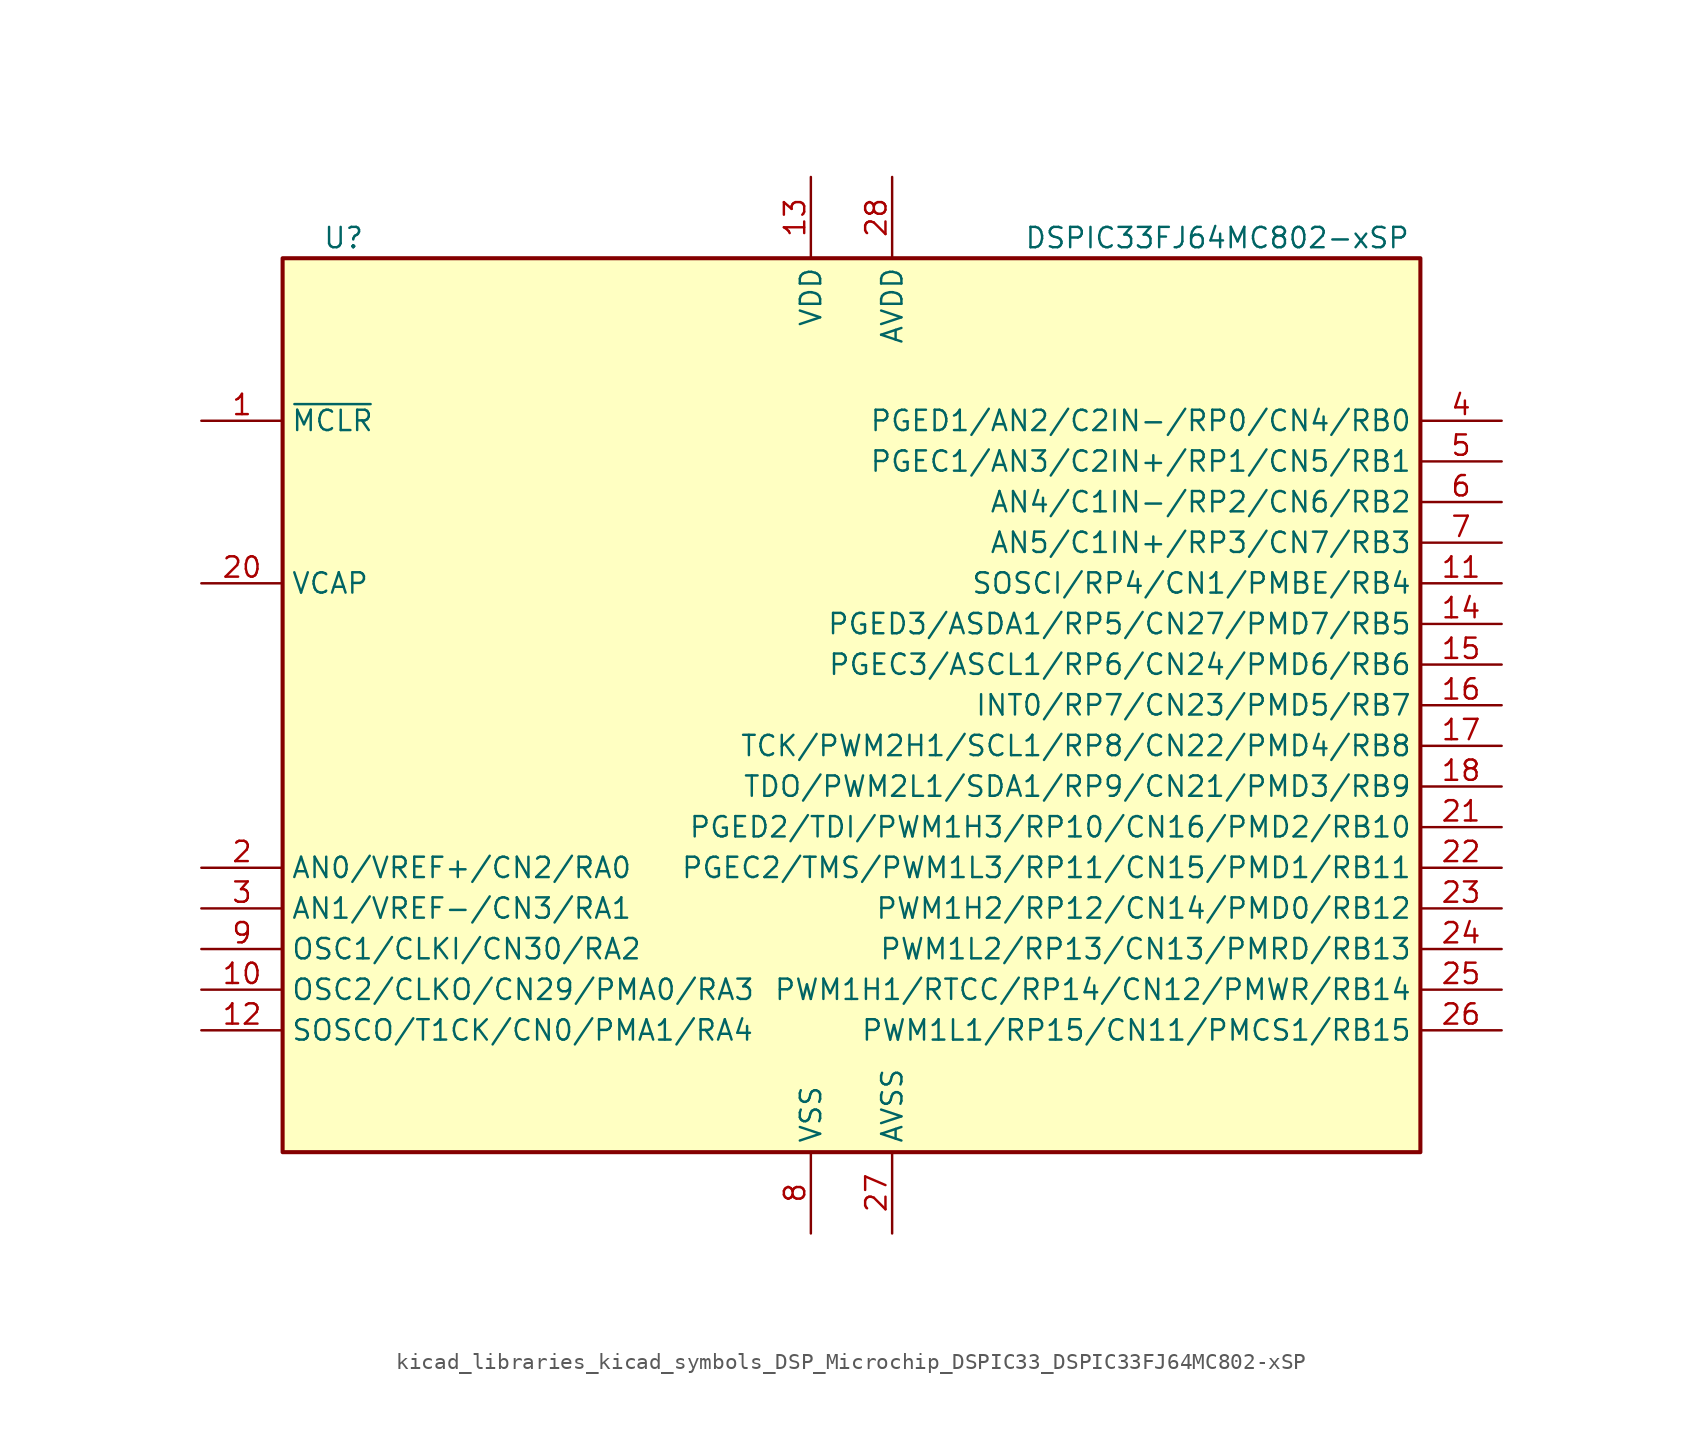
<source format=kicad_sym>
(kicad_symbol_lib
  (version 20220914)
  (generator kicad_symbol_editor)
  (symbol "kicad_libraries_kicad_symbols_DSP_Microchip_DSPIC33_DSPIC33FJ64MC802-xSP"
    (property "Reference" "U"
      (at -31.75 29.21 0)
      (effects (font (size 1.27 1.27))))
    (property "Value" "DSPIC33FJ64MC802-xSP"
      (at 22.86 29.21 0)
      (effects (font (size 1.27 1.27))))
    (symbol "kicad_libraries_kicad_symbols_DSP_Microchip_DSPIC33_DSPIC33FJ64MC802-xSP_0_1"
      (rectangle (start -35.56 27.94) (end 35.56 -27.94) (stroke (width 0.254) (type default)) (fill (type background))))
    (symbol "kicad_libraries_kicad_symbols_DSP_Microchip_DSPIC33_DSPIC33FJ64MC802-xSP_1_1"
      (pin input line (at -40.64 17.78 0) (length 5.08) (name "~{MCLR}" (effects (font (size 1.27 1.27)))) (number "1" (effects (font (size 1.27 1.27)))))
      (pin bidirectional line (at -40.64 -17.78 0) (length 5.08) (name "OSC2/CLKO/CN29/PMA0/RA3" (effects (font (size 1.27 1.27)))) (number "10" (effects (font (size 1.27 1.27)))))
      (pin bidirectional line (at 40.64 7.62 180) (length 5.08) (name "SOSCI/RP4/CN1/PMBE/RB4" (effects (font (size 1.27 1.27)))) (number "11" (effects (font (size 1.27 1.27)))))
      (pin bidirectional line (at -40.64 -20.32 0) (length 5.08) (name "SOSCO/T1CK/CN0/PMA1/RA4" (effects (font (size 1.27 1.27)))) (number "12" (effects (font (size 1.27 1.27)))))
      (pin power_in line (at -2.54 33.02 270) (length 5.08) (name "VDD" (effects (font (size 1.27 1.27)))) (number "13" (effects (font (size 1.27 1.27)))))
      (pin bidirectional line (at 40.64 5.08 180) (length 5.08) (name "PGED3/ASDA1/RP5/CN27/PMD7/RB5" (effects (font (size 1.27 1.27)))) (number "14" (effects (font (size 1.27 1.27)))))
      (pin bidirectional line (at 40.64 2.54 180) (length 5.08) (name "PGEC3/ASCL1/RP6/CN24/PMD6/RB6" (effects (font (size 1.27 1.27)))) (number "15" (effects (font (size 1.27 1.27)))))
      (pin bidirectional line (at 40.64 0 180) (length 5.08) (name "INT0/RP7/CN23/PMD5/RB7" (effects (font (size 1.27 1.27)))) (number "16" (effects (font (size 1.27 1.27)))))
      (pin bidirectional line (at 40.64 -2.54 180) (length 5.08) (name "TCK/PWM2H1/SCL1/RP8/CN22/PMD4/RB8" (effects (font (size 1.27 1.27)))) (number "17" (effects (font (size 1.27 1.27)))))
      (pin bidirectional line (at 40.64 -5.08 180) (length 5.08) (name "TDO/PWM2L1/SDA1/RP9/CN21/PMD3/RB9" (effects (font (size 1.27 1.27)))) (number "18" (effects (font (size 1.27 1.27)))))
      (pin passive line (at -2.54 -33.02 90) (length 5.08) hide (name "VSS" (effects (font (size 1.27 1.27)))) (number "19" (effects (font (size 1.27 1.27)))))
      (pin bidirectional line (at -40.64 -10.16 0) (length 5.08) (name "AN0/VREF+/CN2/RA0" (effects (font (size 1.27 1.27)))) (number "2" (effects (font (size 1.27 1.27)))))
      (pin passive line (at -40.64 7.62 0) (length 5.08) (name "VCAP" (effects (font (size 1.27 1.27)))) (number "20" (effects (font (size 1.27 1.27)))))
      (pin bidirectional line (at 40.64 -7.62 180) (length 5.08) (name "PGED2/TDI/PWM1H3/RP10/CN16/PMD2/RB10" (effects (font (size 1.27 1.27)))) (number "21" (effects (font (size 1.27 1.27)))))
      (pin bidirectional line (at 40.64 -10.16 180) (length 5.08) (name "PGEC2/TMS/PWM1L3/RP11/CN15/PMD1/RB11" (effects (font (size 1.27 1.27)))) (number "22" (effects (font (size 1.27 1.27)))))
      (pin bidirectional line (at 40.64 -12.7 180) (length 5.08) (name "PWM1H2/RP12/CN14/PMD0/RB12" (effects (font (size 1.27 1.27)))) (number "23" (effects (font (size 1.27 1.27)))))
      (pin bidirectional line (at 40.64 -15.24 180) (length 5.08) (name "PWM1L2/RP13/CN13/PMRD/RB13" (effects (font (size 1.27 1.27)))) (number "24" (effects (font (size 1.27 1.27)))))
      (pin bidirectional line (at 40.64 -17.78 180) (length 5.08) (name "PWM1H1/RTCC/RP14/CN12/PMWR/RB14" (effects (font (size 1.27 1.27)))) (number "25" (effects (font (size 1.27 1.27)))))
      (pin bidirectional line (at 40.64 -20.32 180) (length 5.08) (name "PWM1L1/RP15/CN11/PMCS1/RB15" (effects (font (size 1.27 1.27)))) (number "26" (effects (font (size 1.27 1.27)))))
      (pin power_in line (at 2.54 -33.02 90) (length 5.08) (name "AVSS" (effects (font (size 1.27 1.27)))) (number "27" (effects (font (size 1.27 1.27)))))
      (pin power_in line (at 2.54 33.02 270) (length 5.08) (name "AVDD" (effects (font (size 1.27 1.27)))) (number "28" (effects (font (size 1.27 1.27)))))
      (pin bidirectional line (at -40.64 -12.7 0) (length 5.08) (name "AN1/VREF-/CN3/RA1" (effects (font (size 1.27 1.27)))) (number "3" (effects (font (size 1.27 1.27)))))
      (pin bidirectional line (at 40.64 17.78 180) (length 5.08) (name "PGED1/AN2/C2IN-/RP0/CN4/RB0" (effects (font (size 1.27 1.27)))) (number "4" (effects (font (size 1.27 1.27)))))
      (pin bidirectional line (at 40.64 15.24 180) (length 5.08) (name "PGEC1/AN3/C2IN+/RP1/CN5/RB1" (effects (font (size 1.27 1.27)))) (number "5" (effects (font (size 1.27 1.27)))))
      (pin bidirectional line (at 40.64 12.7 180) (length 5.08) (name "AN4/C1IN-/RP2/CN6/RB2" (effects (font (size 1.27 1.27)))) (number "6" (effects (font (size 1.27 1.27)))))
      (pin bidirectional line (at 40.64 10.16 180) (length 5.08) (name "AN5/C1IN+/RP3/CN7/RB3" (effects (font (size 1.27 1.27)))) (number "7" (effects (font (size 1.27 1.27)))))
      (pin power_in line (at -2.54 -33.02 90) (length 5.08) (name "VSS" (effects (font (size 1.27 1.27)))) (number "8" (effects (font (size 1.27 1.27)))))
      (pin bidirectional line (at -40.64 -15.24 0) (length 5.08) (name "OSC1/CLKI/CN30/RA2" (effects (font (size 1.27 1.27)))) (number "9" (effects (font (size 1.27 1.27))))))))
</source>
